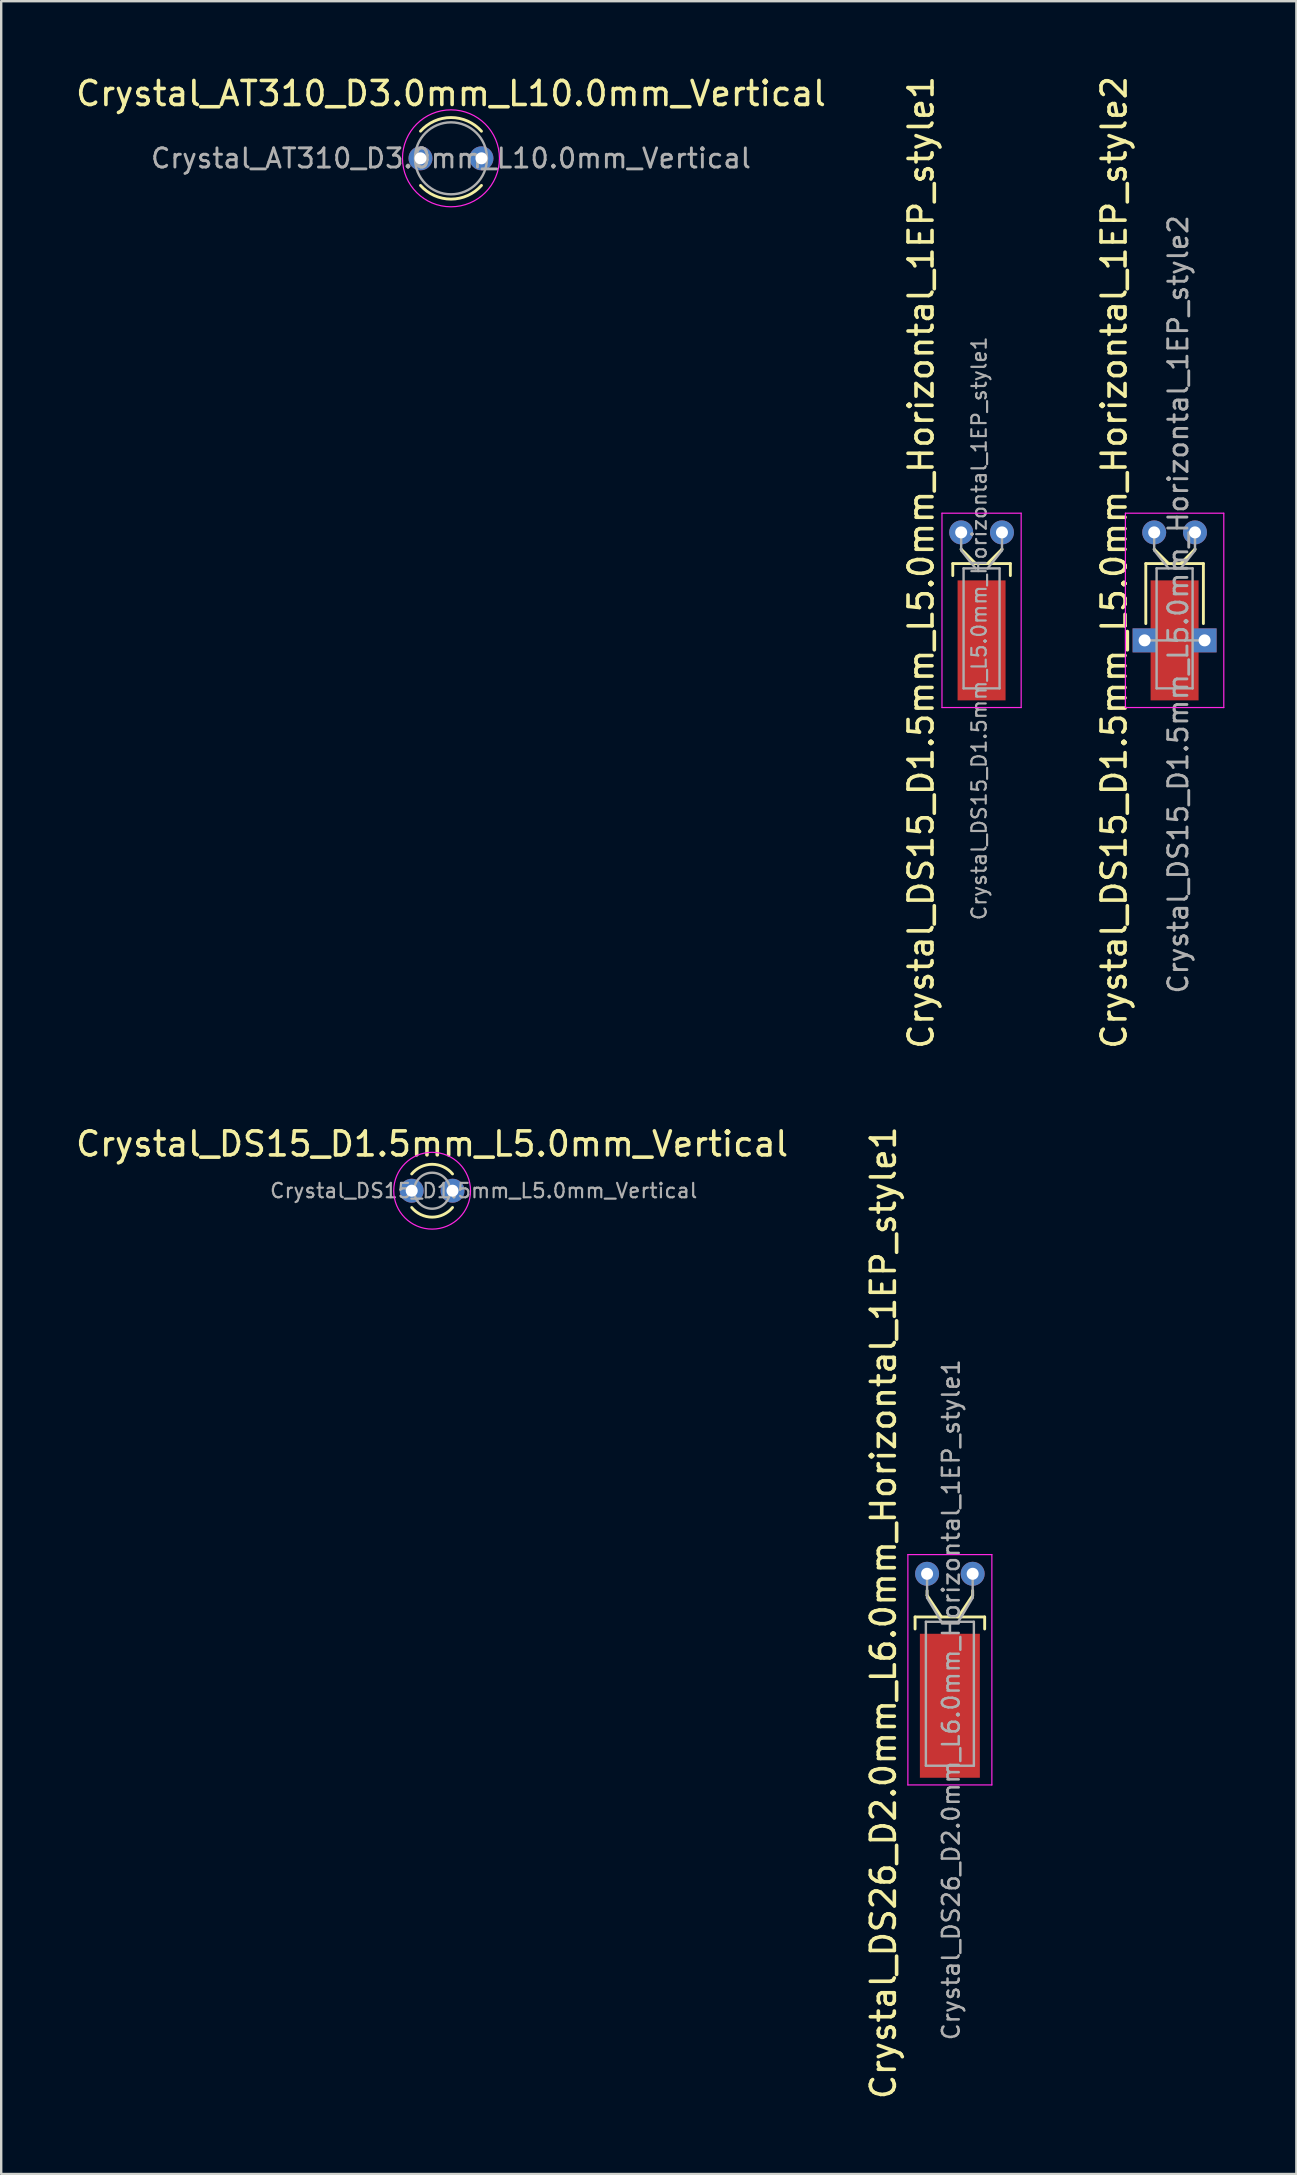
<source format=kicad_pcb>
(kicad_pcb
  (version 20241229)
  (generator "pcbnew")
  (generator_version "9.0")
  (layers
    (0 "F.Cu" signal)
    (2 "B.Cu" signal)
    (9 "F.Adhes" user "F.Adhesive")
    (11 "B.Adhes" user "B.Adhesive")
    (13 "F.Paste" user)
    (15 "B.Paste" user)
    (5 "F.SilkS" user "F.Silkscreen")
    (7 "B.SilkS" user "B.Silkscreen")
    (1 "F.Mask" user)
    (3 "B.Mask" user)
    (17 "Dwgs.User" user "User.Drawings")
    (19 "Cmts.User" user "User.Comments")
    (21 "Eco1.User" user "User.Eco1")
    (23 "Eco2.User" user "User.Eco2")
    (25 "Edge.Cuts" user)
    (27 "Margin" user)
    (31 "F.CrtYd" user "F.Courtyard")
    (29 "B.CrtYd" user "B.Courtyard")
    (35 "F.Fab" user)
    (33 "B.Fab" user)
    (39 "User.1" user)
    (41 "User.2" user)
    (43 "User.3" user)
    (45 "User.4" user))
  (footprint "Crystal_DS15_D1.5mm_L5.0mm_Horizontal_1EP_style1"
    (layer "F.Cu")
    (at 37.006 19.137)
    (property "Reference" "Crystal_DS15_D1.5mm_L5.0mm_Horizontal_1EP_style1" (at -1.67 1.25 90) (layer "F.SilkS") (effects (font (size 1 1) (thickness 0.15))))
    (attr through_hole)
    (fp_line (start -0.35 1.3) (end 2.05 1.3) (stroke (width 0.12) (type solid)) (layer "F.SilkS"))
    (fp_line (start -0.35 1.8) (end -0.35 1.3) (stroke (width 0.12) (type solid)) (layer "F.SilkS"))
    (fp_line (start 0 0.7) (end 0 0.7) (stroke (width 0.12) (type solid)) (layer "F.SilkS"))
    (fp_line (start 0.6 1.3) (end 0 0.7) (stroke (width 0.12) (type solid)) (layer "F.SilkS"))
    (fp_line (start 1.1 1.3) (end 1.7 0.7) (stroke (width 0.12) (type solid)) (layer "F.SilkS"))
    (fp_line (start 1.7 0.7) (end 1.7 0.7) (stroke (width 0.12) (type solid)) (layer "F.SilkS"))
    (fp_line (start 2.05 1.3) (end 2.05 1.8) (stroke (width 0.12) (type solid)) (layer "F.SilkS"))
    (fp_line (start -0.8 -0.8) (end -0.8 7.3) (stroke (width 0.05) (type solid)) (layer "F.CrtYd"))
    (fp_line (start -0.8 7.3) (end 2.5 7.3) (stroke (width 0.05) (type solid)) (layer "F.CrtYd"))
    (fp_line (start 2.5 -0.8) (end -0.8 -0.8) (stroke (width 0.05) (type solid)) (layer "F.CrtYd"))
    (fp_line (start 2.5 7.3) (end 2.5 -0.8) (stroke (width 0.05) (type solid)) (layer "F.CrtYd"))
    (fp_line (start 0 0.75) (end 0 0) (stroke (width 0.1) (type solid)) (layer "F.Fab"))
    (fp_line (start 0.1 1.5) (end 0.1 6.5) (stroke (width 0.1) (type solid)) (layer "F.Fab"))
    (fp_line (start 0.1 6.5) (end 1.6 6.5) (stroke (width 0.1) (type solid)) (layer "F.Fab"))
    (fp_line (start 0.6 1.5) (end 0 0.75) (stroke (width 0.1) (type solid)) (layer "F.Fab"))
    (fp_line (start 1.1 1.5) (end 1.7 0.75) (stroke (width 0.1) (type solid)) (layer "F.Fab"))
    (fp_line (start 1.6 1.5) (end 0.1 1.5) (stroke (width 0.1) (type solid)) (layer "F.Fab"))
    (fp_line (start 1.6 6.5) (end 1.6 1.5) (stroke (width 0.1) (type solid)) (layer "F.Fab"))
    (fp_line (start 1.7 0.75) (end 1.7 0) (stroke (width 0.1) (type solid)) (layer "F.Fab"))
    (fp_text user "${REFERENCE}" (at 0.75 4 90) (layer "F.Fab") (effects (font (size 0.6 0.6) (thickness 0.09))))
    (pad "1" thru_hole circle (at 0 0) (size 1 1) (drill 0.5) (layers "*.Cu" "*.Mask"))
    (pad "2" thru_hole circle (at 1.7 0) (size 1 1) (drill 0.5) (layers "*.Cu" "*.Mask"))
    (pad "3" smd rect (at 0.85 4.5) (size 2 5) (layers "F.Cu" "F.Mask" "F.Paste")))
  (footprint "Crystal_DS15_D1.5mm_L5.0mm_Horizontal_1EP_style2"
    (layer "F.Cu")
    (at 45.05 19.137)
    (property "Reference" "Crystal_DS15_D1.5mm_L5.0mm_Horizontal_1EP_style2" (at -1.67 1.25 90) (layer "F.SilkS") (effects (font (size 1 1) (thickness 0.15))))
    (attr through_hole)
    (fp_line (start -0.35 1.3) (end 2.05 1.3) (stroke (width 0.12) (type solid)) (layer "F.SilkS"))
    (fp_line (start -0.35 3.8) (end -0.35 1.3) (stroke (width 0.12) (type solid)) (layer "F.SilkS"))
    (fp_line (start 0 0.7) (end 0 0.7) (stroke (width 0.12) (type solid)) (layer "F.SilkS"))
    (fp_line (start 0.6 1.3) (end 0 0.7) (stroke (width 0.12) (type solid)) (layer "F.SilkS"))
    (fp_line (start 1.1 1.3) (end 1.7 0.7) (stroke (width 0.12) (type solid)) (layer "F.SilkS"))
    (fp_line (start 1.7 0.7) (end 1.7 0.7) (stroke (width 0.12) (type solid)) (layer "F.SilkS"))
    (fp_line (start 2.05 1.3) (end 2.05 3.8) (stroke (width 0.12) (type solid)) (layer "F.SilkS"))
    (fp_line (start -1.2 -0.8) (end -1.2 7.3) (stroke (width 0.05) (type solid)) (layer "F.CrtYd"))
    (fp_line (start -1.2 7.3) (end 2.9 7.3) (stroke (width 0.05) (type solid)) (layer "F.CrtYd"))
    (fp_line (start 2.9 -0.8) (end -1.2 -0.8) (stroke (width 0.05) (type solid)) (layer "F.CrtYd"))
    (fp_line (start 2.9 7.3) (end 2.9 -0.8) (stroke (width 0.05) (type solid)) (layer "F.CrtYd"))
    (fp_line (start -0.4 4.5) (end 2.1 4.5) (stroke (width 0.1) (type solid)) (layer "F.Fab"))
    (fp_line (start 0 0.75) (end 0 0) (stroke (width 0.1) (type solid)) (layer "F.Fab"))
    (fp_line (start 0.1 1.5) (end 0.1 6.5) (stroke (width 0.1) (type solid)) (layer "F.Fab"))
    (fp_line (start 0.1 6.5) (end 1.6 6.5) (stroke (width 0.1) (type solid)) (layer "F.Fab"))
    (fp_line (start 0.6 1.5) (end 0 0.75) (stroke (width 0.1) (type solid)) (layer "F.Fab"))
    (fp_line (start 1.1 1.5) (end 1.7 0.75) (stroke (width 0.1) (type solid)) (layer "F.Fab"))
    (fp_line (start 1.6 1.5) (end 0.1 1.5) (stroke (width 0.1) (type solid)) (layer "F.Fab"))
    (fp_line (start 1.6 6.5) (end 1.6 1.5) (stroke (width 0.1) (type solid)) (layer "F.Fab"))
    (fp_line (start 1.7 0.75) (end 1.7 0) (stroke (width 0.1) (type solid)) (layer "F.Fab"))
    (fp_text user "${REFERENCE}" (at 1 3 90) (layer "F.Fab") (effects (font (size 0.8 0.8) (thickness 0.12))))
    (pad "1" thru_hole circle (at 0 0) (size 1 1) (drill 0.5) (layers "*.Cu" "*.Mask"))
    (pad "2" thru_hole circle (at 1.7 0) (size 1 1) (drill 0.5) (layers "*.Cu" "*.Mask"))
    (pad "3" thru_hole rect (at -0.4 4.5) (size 1 1) (drill 0.5) (layers "*.Cu" "*.Mask"))
    (pad "3" smd rect (at 0.85 4.5) (size 2 5) (layers "F.Cu" "F.Mask" "F.Paste"))
    (pad "3" thru_hole rect (at 2.1 4.5) (size 1 1) (drill 0.5) (layers "*.Cu" "*.Mask")))
  (footprint "Crystal_AT310_D3.0mm_L10.0mm_Vertical"
    (layer "F.Cu")
    (at 14.474 3.548)
    (property "Reference" "Crystal_AT310_D3.0mm_L10.0mm_Vertical" (at 1.27 -2.7 0) (layer "F.SilkS") (effects (font (size 1 1) (thickness 0.15))))
    (attr through_hole)
    (fp_arc (start 0 -1.130088) (mid 1.270408 -1.7) (end 2.540542 -1.129479) (stroke (width 0.12) (type solid)) (layer "F.SilkS"))
    (fp_arc (start 2.540542 1.129479) (mid 1.270408 1.7) (end 0 1.130088) (stroke (width 0.12) (type solid)) (layer "F.SilkS"))
    (fp_circle (center 1.27 0) (end 3.29 0) (stroke (width 0.05) (type solid)) (fill no) (layer "F.CrtYd"))
    (fp_circle (center 1.27 0) (end 2.77 0) (stroke (width 0.1) (type solid)) (fill no) (layer "F.Fab"))
    (fp_text user "${REFERENCE}" (at 1.27 0 0) (layer "F.Fab") (effects (font (size 0.8 0.8) (thickness 0.12))))
    (pad "1" thru_hole circle (at 0 0) (size 1 1) (drill 0.5) (layers "*.Cu" "*.Mask"))
    (pad "2" thru_hole circle (at 2.54 0) (size 1 1) (drill 0.5) (layers "*.Cu" "*.Mask")))
  (footprint "Crystal_DS26_D2.0mm_L6.0mm_Horizontal_1EP_style1"
    (layer "F.Cu")
    (at 35.585 62.536)
    (property "Reference" "Crystal_DS26_D2.0mm_L6.0mm_Horizontal_1EP_style1" (at -1.82 1.625 90) (layer "F.SilkS") (effects (font (size 1 1) (thickness 0.15))))
    (attr through_hole)
    (fp_line (start -0.5 1.8) (end 2.4 1.8) (stroke (width 0.12) (type solid)) (layer "F.SilkS"))
    (fp_line (start -0.5 2.3) (end -0.5 1.8) (stroke (width 0.12) (type solid)) (layer "F.SilkS"))
    (fp_line (start 0 0.9) (end 0 0.7) (stroke (width 0.12) (type solid)) (layer "F.SilkS"))
    (fp_line (start 0.6 1.8) (end 0 0.9) (stroke (width 0.12) (type solid)) (layer "F.SilkS"))
    (fp_line (start 1.3 1.8) (end 1.9 0.9) (stroke (width 0.12) (type solid)) (layer "F.SilkS"))
    (fp_line (start 1.9 0.9) (end 1.9 0.7) (stroke (width 0.12) (type solid)) (layer "F.SilkS"))
    (fp_line (start 2.4 1.8) (end 2.4 2.3) (stroke (width 0.12) (type solid)) (layer "F.SilkS"))
    (fp_line (start -0.8 -0.8) (end -0.8 8.8) (stroke (width 0.05) (type solid)) (layer "F.CrtYd"))
    (fp_line (start -0.8 8.8) (end 2.7 8.8) (stroke (width 0.05) (type solid)) (layer "F.CrtYd"))
    (fp_line (start 2.7 -0.8) (end -0.8 -0.8) (stroke (width 0.05) (type solid)) (layer "F.CrtYd"))
    (fp_line (start 2.7 8.8) (end 2.7 -0.8) (stroke (width 0.05) (type solid)) (layer "F.CrtYd"))
    (fp_line (start -0.05 2) (end -0.05 8) (stroke (width 0.1) (type solid)) (layer "F.Fab"))
    (fp_line (start -0.05 8) (end 1.95 8) (stroke (width 0.1) (type solid)) (layer "F.Fab"))
    (fp_line (start 0 1) (end 0 0) (stroke (width 0.1) (type solid)) (layer "F.Fab"))
    (fp_line (start 0.6 2) (end 0 1) (stroke (width 0.1) (type solid)) (layer "F.Fab"))
    (fp_line (start 1.3 2) (end 1.9 1) (stroke (width 0.1) (type solid)) (layer "F.Fab"))
    (fp_line (start 1.9 1) (end 1.9 0) (stroke (width 0.1) (type solid)) (layer "F.Fab"))
    (fp_line (start 1.95 2) (end -0.05 2) (stroke (width 0.1) (type solid)) (layer "F.Fab"))
    (fp_line (start 1.95 8) (end 1.95 2) (stroke (width 0.1) (type solid)) (layer "F.Fab"))
    (fp_text user "${REFERENCE}" (at 1 5.25 90) (layer "F.Fab") (effects (font (size 0.7 0.7) (thickness 0.105))))
    (pad "1" thru_hole circle (at 0 0) (size 1 1) (drill 0.5) (layers "*.Cu" "*.Mask"))
    (pad "2" thru_hole circle (at 1.9 0) (size 1 1) (drill 0.5) (layers "*.Cu" "*.Mask"))
    (pad "3" smd rect (at 0.95 5.5) (size 2.5 6) (layers "F.Cu" "F.Mask" "F.Paste")))
  (footprint "Crystal_DS15_D1.5mm_L5.0mm_Vertical"
    (layer "F.Cu")
    (at 14.108 46.572)
    (property "Reference" "Crystal_DS15_D1.5mm_L5.0mm_Vertical" (at 0.85 -1.95 0) (layer "F.SilkS") (effects (font (size 1 1) (thickness 0.15))))
    (attr through_hole)
    (fp_arc (start 0 -0.7) (mid 0.850432 -1.101136) (end 1.700549 -0.699333) (stroke (width 0.12) (type solid)) (layer "F.SilkS"))
    (fp_arc (start 1.700549 0.699333) (mid 0.850432 1.101136) (end 0 0.7) (stroke (width 0.12) (type solid)) (layer "F.SilkS"))
    (fp_circle (center 0.85 0) (end 2.45 0) (stroke (width 0.05) (type solid)) (fill no) (layer "F.CrtYd"))
    (fp_circle (center 0.85 0) (end 1.6 0) (stroke (width 0.1) (type solid)) (fill no) (layer "F.Fab"))
    (fp_text user "${REFERENCE}" (at 3 0 0) (layer "F.Fab") (effects (font (size 0.6 0.6) (thickness 0.09))))
    (pad "1" thru_hole circle (at 0 0) (size 1 1) (drill 0.5) (layers "*.Cu" "*.Mask"))
    (pad "2" thru_hole circle (at 1.7 0) (size 1 1) (drill 0.5) (layers "*.Cu" "*.Mask")))
  (gr_rect
    (start -3 -3)
    (end 50.975 87.548)
    (stroke (width 0.1) (type default))
    (fill no)
    (layer "Edge.Cuts")))
</source>
